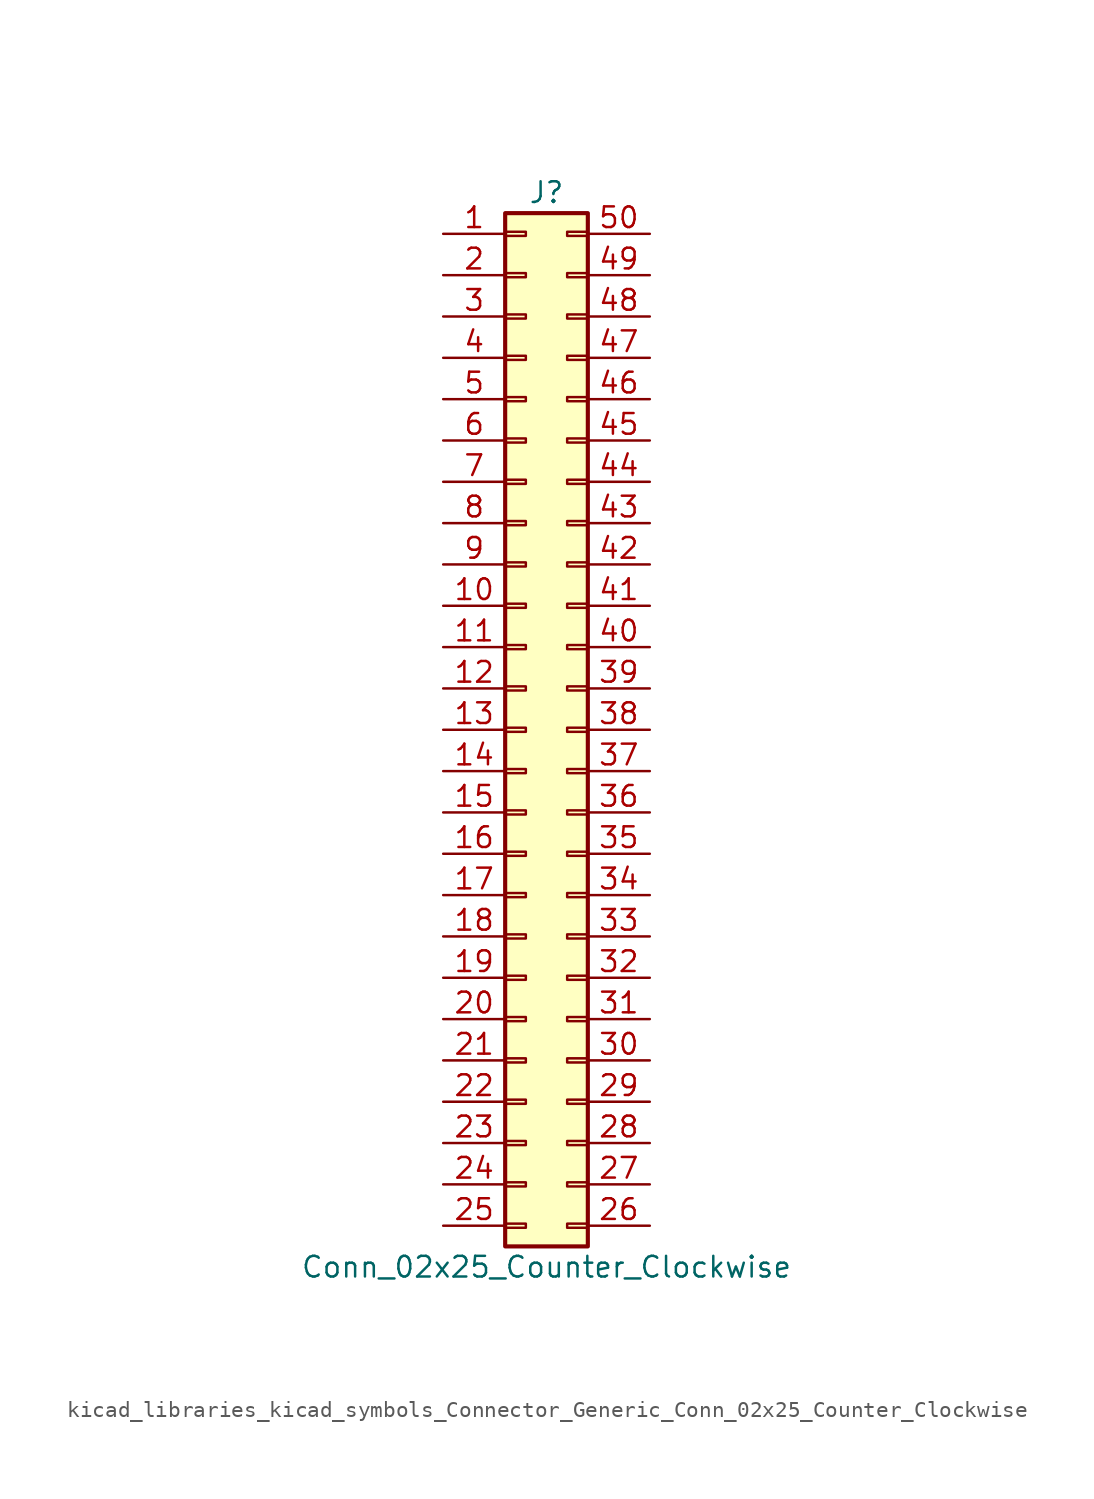
<source format=kicad_sym>
(kicad_symbol_lib
  (version 20220914)
  (generator kicad_symbol_editor)
  (symbol "kicad_libraries_kicad_symbols_Connector_Generic_Conn_02x25_Counter_Clockwise"
    (pin_names
      (offset 1.016) hide)
    (property "Reference" "J"
      (at 1.27 33.02 0)
      (effects (font (size 1.27 1.27))))
    (property "Value" "Conn_02x25_Counter_Clockwise"
      (at 1.27 -33.02 0)
      (effects (font (size 1.27 1.27))))
    (symbol "kicad_libraries_kicad_symbols_Connector_Generic_Conn_02x25_Counter_Clockwise_1_1"
      (rectangle (start -1.27 -30.353) (end 0 -30.607) (stroke (width 0.152) (type default)) (fill (type none)))
      (rectangle (start -1.27 -27.813) (end 0 -28.067) (stroke (width 0.152) (type default)) (fill (type none)))
      (rectangle (start -1.27 -25.273) (end 0 -25.527) (stroke (width 0.152) (type default)) (fill (type none)))
      (rectangle (start -1.27 -22.733) (end 0 -22.987) (stroke (width 0.152) (type default)) (fill (type none)))
      (rectangle (start -1.27 -20.193) (end 0 -20.447) (stroke (width 0.152) (type default)) (fill (type none)))
      (rectangle (start -1.27 -17.653) (end 0 -17.907) (stroke (width 0.152) (type default)) (fill (type none)))
      (rectangle (start -1.27 -15.113) (end 0 -15.367) (stroke (width 0.152) (type default)) (fill (type none)))
      (rectangle (start -1.27 -12.573) (end 0 -12.827) (stroke (width 0.152) (type default)) (fill (type none)))
      (rectangle (start -1.27 -10.033) (end 0 -10.287) (stroke (width 0.152) (type default)) (fill (type none)))
      (rectangle (start -1.27 -7.493) (end 0 -7.747) (stroke (width 0.152) (type default)) (fill (type none)))
      (rectangle (start -1.27 -4.953) (end 0 -5.207) (stroke (width 0.152) (type default)) (fill (type none)))
      (rectangle (start -1.27 -2.413) (end 0 -2.667) (stroke (width 0.152) (type default)) (fill (type none)))
      (rectangle (start -1.27 0.127) (end 0 -0.127) (stroke (width 0.152) (type default)) (fill (type none)))
      (rectangle (start -1.27 2.667) (end 0 2.413) (stroke (width 0.152) (type default)) (fill (type none)))
      (rectangle (start -1.27 5.207) (end 0 4.953) (stroke (width 0.152) (type default)) (fill (type none)))
      (rectangle (start -1.27 7.747) (end 0 7.493) (stroke (width 0.152) (type default)) (fill (type none)))
      (rectangle (start -1.27 10.287) (end 0 10.033) (stroke (width 0.152) (type default)) (fill (type none)))
      (rectangle (start -1.27 12.827) (end 0 12.573) (stroke (width 0.152) (type default)) (fill (type none)))
      (rectangle (start -1.27 15.367) (end 0 15.113) (stroke (width 0.152) (type default)) (fill (type none)))
      (rectangle (start -1.27 17.907) (end 0 17.653) (stroke (width 0.152) (type default)) (fill (type none)))
      (rectangle (start -1.27 20.447) (end 0 20.193) (stroke (width 0.152) (type default)) (fill (type none)))
      (rectangle (start -1.27 22.987) (end 0 22.733) (stroke (width 0.152) (type default)) (fill (type none)))
      (rectangle (start -1.27 25.527) (end 0 25.273) (stroke (width 0.152) (type default)) (fill (type none)))
      (rectangle (start -1.27 28.067) (end 0 27.813) (stroke (width 0.152) (type default)) (fill (type none)))
      (rectangle (start -1.27 30.607) (end 0 30.353) (stroke (width 0.152) (type default)) (fill (type none)))
      (rectangle (start -1.27 31.75) (end 3.81 -31.75) (stroke (width 0.254) (type default)) (fill (type background)))
      (rectangle (start 3.81 -30.353) (end 2.54 -30.607) (stroke (width 0.152) (type default)) (fill (type none)))
      (rectangle (start 3.81 -27.813) (end 2.54 -28.067) (stroke (width 0.152) (type default)) (fill (type none)))
      (rectangle (start 3.81 -25.273) (end 2.54 -25.527) (stroke (width 0.152) (type default)) (fill (type none)))
      (rectangle (start 3.81 -22.733) (end 2.54 -22.987) (stroke (width 0.152) (type default)) (fill (type none)))
      (rectangle (start 3.81 -20.193) (end 2.54 -20.447) (stroke (width 0.152) (type default)) (fill (type none)))
      (rectangle (start 3.81 -17.653) (end 2.54 -17.907) (stroke (width 0.152) (type default)) (fill (type none)))
      (rectangle (start 3.81 -15.113) (end 2.54 -15.367) (stroke (width 0.152) (type default)) (fill (type none)))
      (rectangle (start 3.81 -12.573) (end 2.54 -12.827) (stroke (width 0.152) (type default)) (fill (type none)))
      (rectangle (start 3.81 -10.033) (end 2.54 -10.287) (stroke (width 0.152) (type default)) (fill (type none)))
      (rectangle (start 3.81 -7.493) (end 2.54 -7.747) (stroke (width 0.152) (type default)) (fill (type none)))
      (rectangle (start 3.81 -4.953) (end 2.54 -5.207) (stroke (width 0.152) (type default)) (fill (type none)))
      (rectangle (start 3.81 -2.413) (end 2.54 -2.667) (stroke (width 0.152) (type default)) (fill (type none)))
      (rectangle (start 3.81 0.127) (end 2.54 -0.127) (stroke (width 0.152) (type default)) (fill (type none)))
      (rectangle (start 3.81 2.667) (end 2.54 2.413) (stroke (width 0.152) (type default)) (fill (type none)))
      (rectangle (start 3.81 5.207) (end 2.54 4.953) (stroke (width 0.152) (type default)) (fill (type none)))
      (rectangle (start 3.81 7.747) (end 2.54 7.493) (stroke (width 0.152) (type default)) (fill (type none)))
      (rectangle (start 3.81 10.287) (end 2.54 10.033) (stroke (width 0.152) (type default)) (fill (type none)))
      (rectangle (start 3.81 12.827) (end 2.54 12.573) (stroke (width 0.152) (type default)) (fill (type none)))
      (rectangle (start 3.81 15.367) (end 2.54 15.113) (stroke (width 0.152) (type default)) (fill (type none)))
      (rectangle (start 3.81 17.907) (end 2.54 17.653) (stroke (width 0.152) (type default)) (fill (type none)))
      (rectangle (start 3.81 20.447) (end 2.54 20.193) (stroke (width 0.152) (type default)) (fill (type none)))
      (rectangle (start 3.81 22.987) (end 2.54 22.733) (stroke (width 0.152) (type default)) (fill (type none)))
      (rectangle (start 3.81 25.527) (end 2.54 25.273) (stroke (width 0.152) (type default)) (fill (type none)))
      (rectangle (start 3.81 28.067) (end 2.54 27.813) (stroke (width 0.152) (type default)) (fill (type none)))
      (rectangle (start 3.81 30.607) (end 2.54 30.353) (stroke (width 0.152) (type default)) (fill (type none)))
      (pin passive line (at -5.08 30.48 0) (length 3.81) (name "Pin_1" (effects (font (size 1.27 1.27)))) (number "1" (effects (font (size 1.27 1.27)))))
      (pin passive line (at -5.08 7.62 0) (length 3.81) (name "Pin_10" (effects (font (size 1.27 1.27)))) (number "10" (effects (font (size 1.27 1.27)))))
      (pin passive line (at -5.08 5.08 0) (length 3.81) (name "Pin_11" (effects (font (size 1.27 1.27)))) (number "11" (effects (font (size 1.27 1.27)))))
      (pin passive line (at -5.08 2.54 0) (length 3.81) (name "Pin_12" (effects (font (size 1.27 1.27)))) (number "12" (effects (font (size 1.27 1.27)))))
      (pin passive line (at -5.08 0 0) (length 3.81) (name "Pin_13" (effects (font (size 1.27 1.27)))) (number "13" (effects (font (size 1.27 1.27)))))
      (pin passive line (at -5.08 -2.54 0) (length 3.81) (name "Pin_14" (effects (font (size 1.27 1.27)))) (number "14" (effects (font (size 1.27 1.27)))))
      (pin passive line (at -5.08 -5.08 0) (length 3.81) (name "Pin_15" (effects (font (size 1.27 1.27)))) (number "15" (effects (font (size 1.27 1.27)))))
      (pin passive line (at -5.08 -7.62 0) (length 3.81) (name "Pin_16" (effects (font (size 1.27 1.27)))) (number "16" (effects (font (size 1.27 1.27)))))
      (pin passive line (at -5.08 -10.16 0) (length 3.81) (name "Pin_17" (effects (font (size 1.27 1.27)))) (number "17" (effects (font (size 1.27 1.27)))))
      (pin passive line (at -5.08 -12.7 0) (length 3.81) (name "Pin_18" (effects (font (size 1.27 1.27)))) (number "18" (effects (font (size 1.27 1.27)))))
      (pin passive line (at -5.08 -15.24 0) (length 3.81) (name "Pin_19" (effects (font (size 1.27 1.27)))) (number "19" (effects (font (size 1.27 1.27)))))
      (pin passive line (at -5.08 27.94 0) (length 3.81) (name "Pin_2" (effects (font (size 1.27 1.27)))) (number "2" (effects (font (size 1.27 1.27)))))
      (pin passive line (at -5.08 -17.78 0) (length 3.81) (name "Pin_20" (effects (font (size 1.27 1.27)))) (number "20" (effects (font (size 1.27 1.27)))))
      (pin passive line (at -5.08 -20.32 0) (length 3.81) (name "Pin_21" (effects (font (size 1.27 1.27)))) (number "21" (effects (font (size 1.27 1.27)))))
      (pin passive line (at -5.08 -22.86 0) (length 3.81) (name "Pin_22" (effects (font (size 1.27 1.27)))) (number "22" (effects (font (size 1.27 1.27)))))
      (pin passive line (at -5.08 -25.4 0) (length 3.81) (name "Pin_23" (effects (font (size 1.27 1.27)))) (number "23" (effects (font (size 1.27 1.27)))))
      (pin passive line (at -5.08 -27.94 0) (length 3.81) (name "Pin_24" (effects (font (size 1.27 1.27)))) (number "24" (effects (font (size 1.27 1.27)))))
      (pin passive line (at -5.08 -30.48 0) (length 3.81) (name "Pin_25" (effects (font (size 1.27 1.27)))) (number "25" (effects (font (size 1.27 1.27)))))
      (pin passive line (at 7.62 -30.48 180) (length 3.81) (name "Pin_26" (effects (font (size 1.27 1.27)))) (number "26" (effects (font (size 1.27 1.27)))))
      (pin passive line (at 7.62 -27.94 180) (length 3.81) (name "Pin_27" (effects (font (size 1.27 1.27)))) (number "27" (effects (font (size 1.27 1.27)))))
      (pin passive line (at 7.62 -25.4 180) (length 3.81) (name "Pin_28" (effects (font (size 1.27 1.27)))) (number "28" (effects (font (size 1.27 1.27)))))
      (pin passive line (at 7.62 -22.86 180) (length 3.81) (name "Pin_29" (effects (font (size 1.27 1.27)))) (number "29" (effects (font (size 1.27 1.27)))))
      (pin passive line (at -5.08 25.4 0) (length 3.81) (name "Pin_3" (effects (font (size 1.27 1.27)))) (number "3" (effects (font (size 1.27 1.27)))))
      (pin passive line (at 7.62 -20.32 180) (length 3.81) (name "Pin_30" (effects (font (size 1.27 1.27)))) (number "30" (effects (font (size 1.27 1.27)))))
      (pin passive line (at 7.62 -17.78 180) (length 3.81) (name "Pin_31" (effects (font (size 1.27 1.27)))) (number "31" (effects (font (size 1.27 1.27)))))
      (pin passive line (at 7.62 -15.24 180) (length 3.81) (name "Pin_32" (effects (font (size 1.27 1.27)))) (number "32" (effects (font (size 1.27 1.27)))))
      (pin passive line (at 7.62 -12.7 180) (length 3.81) (name "Pin_33" (effects (font (size 1.27 1.27)))) (number "33" (effects (font (size 1.27 1.27)))))
      (pin passive line (at 7.62 -10.16 180) (length 3.81) (name "Pin_34" (effects (font (size 1.27 1.27)))) (number "34" (effects (font (size 1.27 1.27)))))
      (pin passive line (at 7.62 -7.62 180) (length 3.81) (name "Pin_35" (effects (font (size 1.27 1.27)))) (number "35" (effects (font (size 1.27 1.27)))))
      (pin passive line (at 7.62 -5.08 180) (length 3.81) (name "Pin_36" (effects (font (size 1.27 1.27)))) (number "36" (effects (font (size 1.27 1.27)))))
      (pin passive line (at 7.62 -2.54 180) (length 3.81) (name "Pin_37" (effects (font (size 1.27 1.27)))) (number "37" (effects (font (size 1.27 1.27)))))
      (pin passive line (at 7.62 0 180) (length 3.81) (name "Pin_38" (effects (font (size 1.27 1.27)))) (number "38" (effects (font (size 1.27 1.27)))))
      (pin passive line (at 7.62 2.54 180) (length 3.81) (name "Pin_39" (effects (font (size 1.27 1.27)))) (number "39" (effects (font (size 1.27 1.27)))))
      (pin passive line (at -5.08 22.86 0) (length 3.81) (name "Pin_4" (effects (font (size 1.27 1.27)))) (number "4" (effects (font (size 1.27 1.27)))))
      (pin passive line (at 7.62 5.08 180) (length 3.81) (name "Pin_40" (effects (font (size 1.27 1.27)))) (number "40" (effects (font (size 1.27 1.27)))))
      (pin passive line (at 7.62 7.62 180) (length 3.81) (name "Pin_41" (effects (font (size 1.27 1.27)))) (number "41" (effects (font (size 1.27 1.27)))))
      (pin passive line (at 7.62 10.16 180) (length 3.81) (name "Pin_42" (effects (font (size 1.27 1.27)))) (number "42" (effects (font (size 1.27 1.27)))))
      (pin passive line (at 7.62 12.7 180) (length 3.81) (name "Pin_43" (effects (font (size 1.27 1.27)))) (number "43" (effects (font (size 1.27 1.27)))))
      (pin passive line (at 7.62 15.24 180) (length 3.81) (name "Pin_44" (effects (font (size 1.27 1.27)))) (number "44" (effects (font (size 1.27 1.27)))))
      (pin passive line (at 7.62 17.78 180) (length 3.81) (name "Pin_45" (effects (font (size 1.27 1.27)))) (number "45" (effects (font (size 1.27 1.27)))))
      (pin passive line (at 7.62 20.32 180) (length 3.81) (name "Pin_46" (effects (font (size 1.27 1.27)))) (number "46" (effects (font (size 1.27 1.27)))))
      (pin passive line (at 7.62 22.86 180) (length 3.81) (name "Pin_47" (effects (font (size 1.27 1.27)))) (number "47" (effects (font (size 1.27 1.27)))))
      (pin passive line (at 7.62 25.4 180) (length 3.81) (name "Pin_48" (effects (font (size 1.27 1.27)))) (number "48" (effects (font (size 1.27 1.27)))))
      (pin passive line (at 7.62 27.94 180) (length 3.81) (name "Pin_49" (effects (font (size 1.27 1.27)))) (number "49" (effects (font (size 1.27 1.27)))))
      (pin passive line (at -5.08 20.32 0) (length 3.81) (name "Pin_5" (effects (font (size 1.27 1.27)))) (number "5" (effects (font (size 1.27 1.27)))))
      (pin passive line (at 7.62 30.48 180) (length 3.81) (name "Pin_50" (effects (font (size 1.27 1.27)))) (number "50" (effects (font (size 1.27 1.27)))))
      (pin passive line (at -5.08 17.78 0) (length 3.81) (name "Pin_6" (effects (font (size 1.27 1.27)))) (number "6" (effects (font (size 1.27 1.27)))))
      (pin passive line (at -5.08 15.24 0) (length 3.81) (name "Pin_7" (effects (font (size 1.27 1.27)))) (number "7" (effects (font (size 1.27 1.27)))))
      (pin passive line (at -5.08 12.7 0) (length 3.81) (name "Pin_8" (effects (font (size 1.27 1.27)))) (number "8" (effects (font (size 1.27 1.27)))))
      (pin passive line (at -5.08 10.16 0) (length 3.81) (name "Pin_9" (effects (font (size 1.27 1.27)))) (number "9" (effects (font (size 1.27 1.27))))))))
</source>
